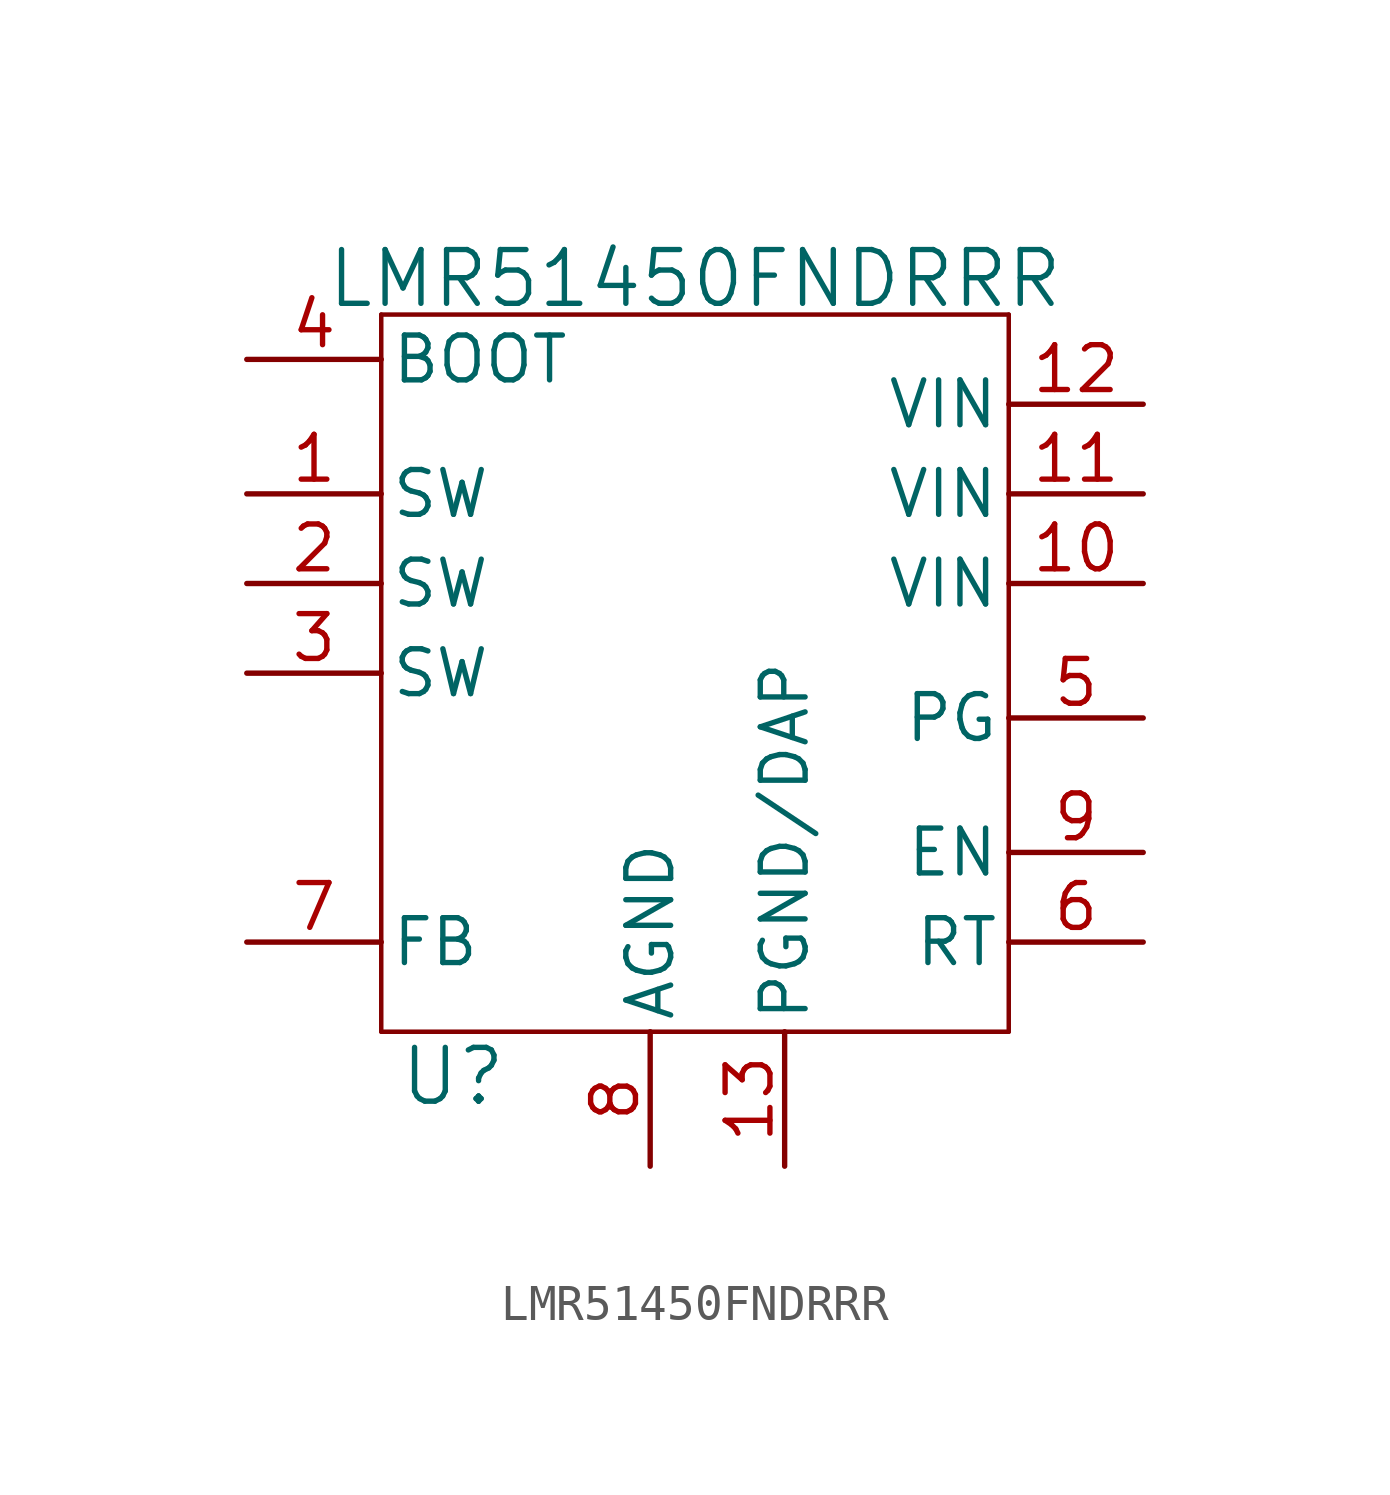
<source format=kicad_sym>
(kicad_symbol_lib
  (version 20241209)
  (generator "kicad_symbol_editor")
  (generator_version "9.0")
  (symbol "LMR51450FNDRRR"
    (pin_names
      (offset 0.254))
    (property "Reference" "U"
      (at 16.002 -19.05 0)
      (effects (font (size 1.524 1.524))))
    (property "Value" "LMR51450FNDRRR"
      (at 22.86 3.556 0)
      (effects (font (size 1.524 1.524))))
    (symbol "LMR51450FNDRRR_0_1"
      (polyline (pts (xy 13.97 2.54) (xy 13.97 -17.78)) (stroke (width 0.127) (type default)) (fill (type none)))
      (polyline (pts (xy 13.97 -17.78) (xy 31.75 -17.78)) (stroke (width 0.127) (type default)) (fill (type none)))
      (polyline (pts (xy 31.75 2.54) (xy 13.97 2.54)) (stroke (width 0.127) (type default)) (fill (type none)))
      (polyline (pts (xy 31.75 -17.78) (xy 31.75 2.54)) (stroke (width 0.127) (type default)) (fill (type none)))
      (pin power_in line (at 10.16 1.27 0) (length 3.81) (name "BOOT" (effects (font (size 1.27 1.27)))) (number "4" (effects (font (size 1.27 1.27)))))
      (pin power_in line (at 10.16 -2.54 0) (length 3.81) (name "SW" (effects (font (size 1.27 1.27)))) (number "1" (effects (font (size 1.27 1.27)))))
      (pin power_in line (at 10.16 -5.08 0) (length 3.81) (name "SW" (effects (font (size 1.27 1.27)))) (number "2" (effects (font (size 1.27 1.27)))))
      (pin power_in line (at 10.16 -7.62 0) (length 3.81) (name "SW" (effects (font (size 1.27 1.27)))) (number "3" (effects (font (size 1.27 1.27)))))
      (pin unspecified line (at 10.16 -15.24 0) (length 3.81) (name "FB" (effects (font (size 1.27 1.27)))) (number "7" (effects (font (size 1.27 1.27)))))
      (pin power_out line (at 21.59 -21.59 90) (length 3.81) (name "AGND" (effects (font (size 1.27 1.27)))) (number "8" (effects (font (size 1.27 1.27)))))
      (pin power_out line (at 25.4 -21.59 90) (length 3.81) (name "PGND/DAP" (effects (font (size 1.27 1.27)))) (number "13" (effects (font (size 1.27 1.27)))))
      (pin power_in line (at 35.56 0 180) (length 3.81) (name "VIN" (effects (font (size 1.27 1.27)))) (number "12" (effects (font (size 1.27 1.27)))))
      (pin power_in line (at 35.56 -2.54 180) (length 3.81) (name "VIN" (effects (font (size 1.27 1.27)))) (number "11" (effects (font (size 1.27 1.27)))))
      (pin power_in line (at 35.56 -5.08 180) (length 3.81) (name "VIN" (effects (font (size 1.27 1.27)))) (number "10" (effects (font (size 1.27 1.27)))))
      (pin unspecified line (at 35.56 -8.89 180) (length 3.81) (name "PG" (effects (font (size 1.27 1.27)))) (number "5" (effects (font (size 1.27 1.27)))))
      (pin unspecified line (at 35.56 -12.7 180) (length 3.81) (name "EN" (effects (font (size 1.27 1.27)))) (number "9" (effects (font (size 1.27 1.27)))))
      (pin unspecified line (at 35.56 -15.24 180) (length 3.81) (name "RT" (effects (font (size 1.27 1.27)))) (number "6" (effects (font (size 1.27 1.27))))))))
</source>
